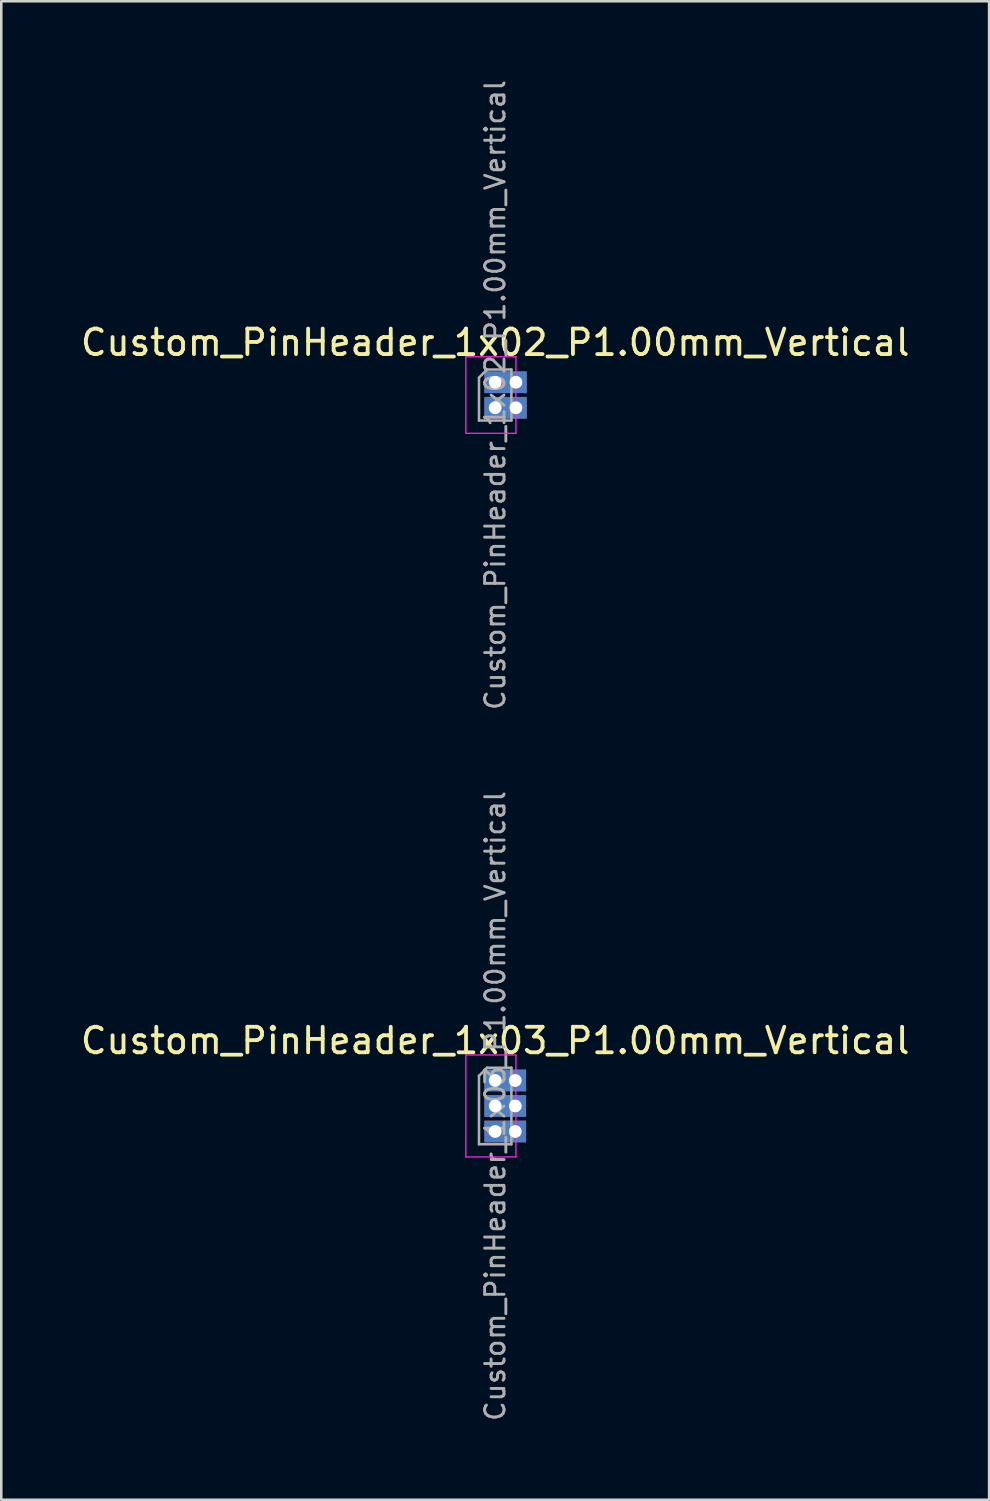
<source format=kicad_pcb>
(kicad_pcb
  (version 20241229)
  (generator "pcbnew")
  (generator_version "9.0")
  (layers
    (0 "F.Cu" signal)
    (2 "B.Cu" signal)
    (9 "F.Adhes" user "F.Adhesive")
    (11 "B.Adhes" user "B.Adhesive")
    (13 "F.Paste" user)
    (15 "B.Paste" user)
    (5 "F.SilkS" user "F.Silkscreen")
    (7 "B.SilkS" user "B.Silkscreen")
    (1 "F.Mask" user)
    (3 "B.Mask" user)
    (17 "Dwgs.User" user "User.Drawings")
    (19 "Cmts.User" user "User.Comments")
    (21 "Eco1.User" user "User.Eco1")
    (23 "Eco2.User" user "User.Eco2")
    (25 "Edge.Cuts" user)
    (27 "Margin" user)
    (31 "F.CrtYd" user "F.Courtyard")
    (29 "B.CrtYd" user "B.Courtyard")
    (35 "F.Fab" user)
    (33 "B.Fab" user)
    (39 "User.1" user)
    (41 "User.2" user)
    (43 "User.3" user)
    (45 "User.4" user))
  (footprint "Custom_PinHeader_1x03_P1.00mm_Vertical"
    (layer "F.Cu")
    (at 16.363 39.308)
    (property "Reference" "Custom_PinHeader_1x03_P1.00mm_Vertical" (at 0 -1.56 0) (layer "F.SilkS") (effects (font (size 1 1) (thickness 0.15))))
    (attr through_hole)
    (fp_line (start -1.15 -1) (end -1.15 3) (stroke (width 0.05) (type solid)) (layer "F.CrtYd"))
    (fp_line (start -1.15 3) (end 0.813 2.997) (stroke (width 0.05) (type solid)) (layer "F.CrtYd"))
    (fp_line (start 0.813 -1) (end -1.15 -1) (stroke (width 0.05) (type solid)) (layer "F.CrtYd"))
    (fp_line (start 0.813 2.997) (end 0.813 -1) (stroke (width 0.05) (type solid)) (layer "F.CrtYd"))
    (fp_line (start -0.635 -0.182) (end -0.318 -0.5) (stroke (width 0.1) (type solid)) (layer "F.Fab"))
    (fp_line (start -0.635 2.5) (end -0.635 -0.182) (stroke (width 0.1) (type solid)) (layer "F.Fab"))
    (fp_line (start -0.318 -0.5) (end 0.635 -0.5) (stroke (width 0.1) (type solid)) (layer "F.Fab"))
    (fp_line (start 0.635 -0.5) (end 0.635 2.5) (stroke (width 0.1) (type solid)) (layer "F.Fab"))
    (fp_line (start 0.635 2.5) (end -0.635 2.5) (stroke (width 0.1) (type solid)) (layer "F.Fab"))
    (fp_text user "${REFERENCE}" (at 0 1 90) (layer "F.Fab") (effects (font (size 0.76 0.76) (thickness 0.114))))
    (pad "1" thru_hole rect (at 0 0) (size 0.85 0.85) (drill 0.5) (layers "*.Cu" "*.Mask"))
    (pad "1" thru_hole rect (at 0.787 0) (size 0.85 0.85) (drill 0.5) (layers "*.Cu" "*.Mask"))
    (pad "2" thru_hole rect (at 0 1) (size 0.85 0.85) (drill 0.5) (layers "*.Cu" "*.Mask"))
    (pad "2" thru_hole rect (at 0.787 1) (size 0.85 0.85) (drill 0.5) (layers "*.Cu" "*.Mask"))
    (pad "3" thru_hole rect (at 0 2) (size 0.85 0.85) (drill 0.5) (layers "*.Cu" "*.Mask"))
    (pad "3" thru_hole rect (at 0.787 2) (size 0.85 0.85) (drill 0.5) (layers "*.Cu" "*.Mask")))
  (footprint "Custom_PinHeader_1x02_P1.00mm_Vertical"
    (layer "F.Cu")
    (at 16.363 11.936)
    (property "Reference" "Custom_PinHeader_1x02_P1.00mm_Vertical" (at 0 -1.56 0) (layer "F.SilkS") (effects (font (size 1 1) (thickness 0.15))))
    (attr through_hole)
    (fp_line (start -1.15 -1) (end -1.15 2) (stroke (width 0.05) (type solid)) (layer "F.CrtYd"))
    (fp_line (start -1.15 2) (end 0.813 2) (stroke (width 0.05) (type solid)) (layer "F.CrtYd"))
    (fp_line (start 0.813 -1) (end -1.15 -1) (stroke (width 0.05) (type solid)) (layer "F.CrtYd"))
    (fp_line (start 0.813 2) (end 0.813 -1) (stroke (width 0.05) (type solid)) (layer "F.CrtYd"))
    (fp_line (start -0.635 -0.182) (end -0.318 -0.5) (stroke (width 0.1) (type solid)) (layer "F.Fab"))
    (fp_line (start -0.635 1.5) (end -0.635 -0.182) (stroke (width 0.1) (type solid)) (layer "F.Fab"))
    (fp_line (start -0.318 -0.5) (end 0.635 -0.5) (stroke (width 0.1) (type solid)) (layer "F.Fab"))
    (fp_line (start 0.635 -0.5) (end 0.635 1.5) (stroke (width 0.1) (type solid)) (layer "F.Fab"))
    (fp_line (start 0.635 1.5) (end -0.635 1.5) (stroke (width 0.1) (type solid)) (layer "F.Fab"))
    (fp_text user "${REFERENCE}" (at 0 0.5 90) (layer "F.Fab") (effects (font (size 0.76 0.76) (thickness 0.114))))
    (pad "1" thru_hole rect (at 0 0) (size 0.85 0.85) (drill 0.5) (layers "*.Cu" "*.Mask"))
    (pad "1" thru_hole rect (at 0.813 0) (size 0.85 0.85) (drill 0.5) (layers "*.Cu" "*.Mask"))
    (pad "2" thru_hole rect (at 0 1) (size 0.85 0.85) (drill 0.5) (layers "*.Cu" "*.Mask"))
    (pad "2" thru_hole rect (at 0.813 1) (size 0.85 0.85) (drill 0.5) (layers "*.Cu" "*.Mask")))
  (gr_rect
    (start -3 -3)
    (end 35.726 55.744)
    (stroke (width 0.1) (type default))
    (fill no)
    (layer "Edge.Cuts")))
</source>
